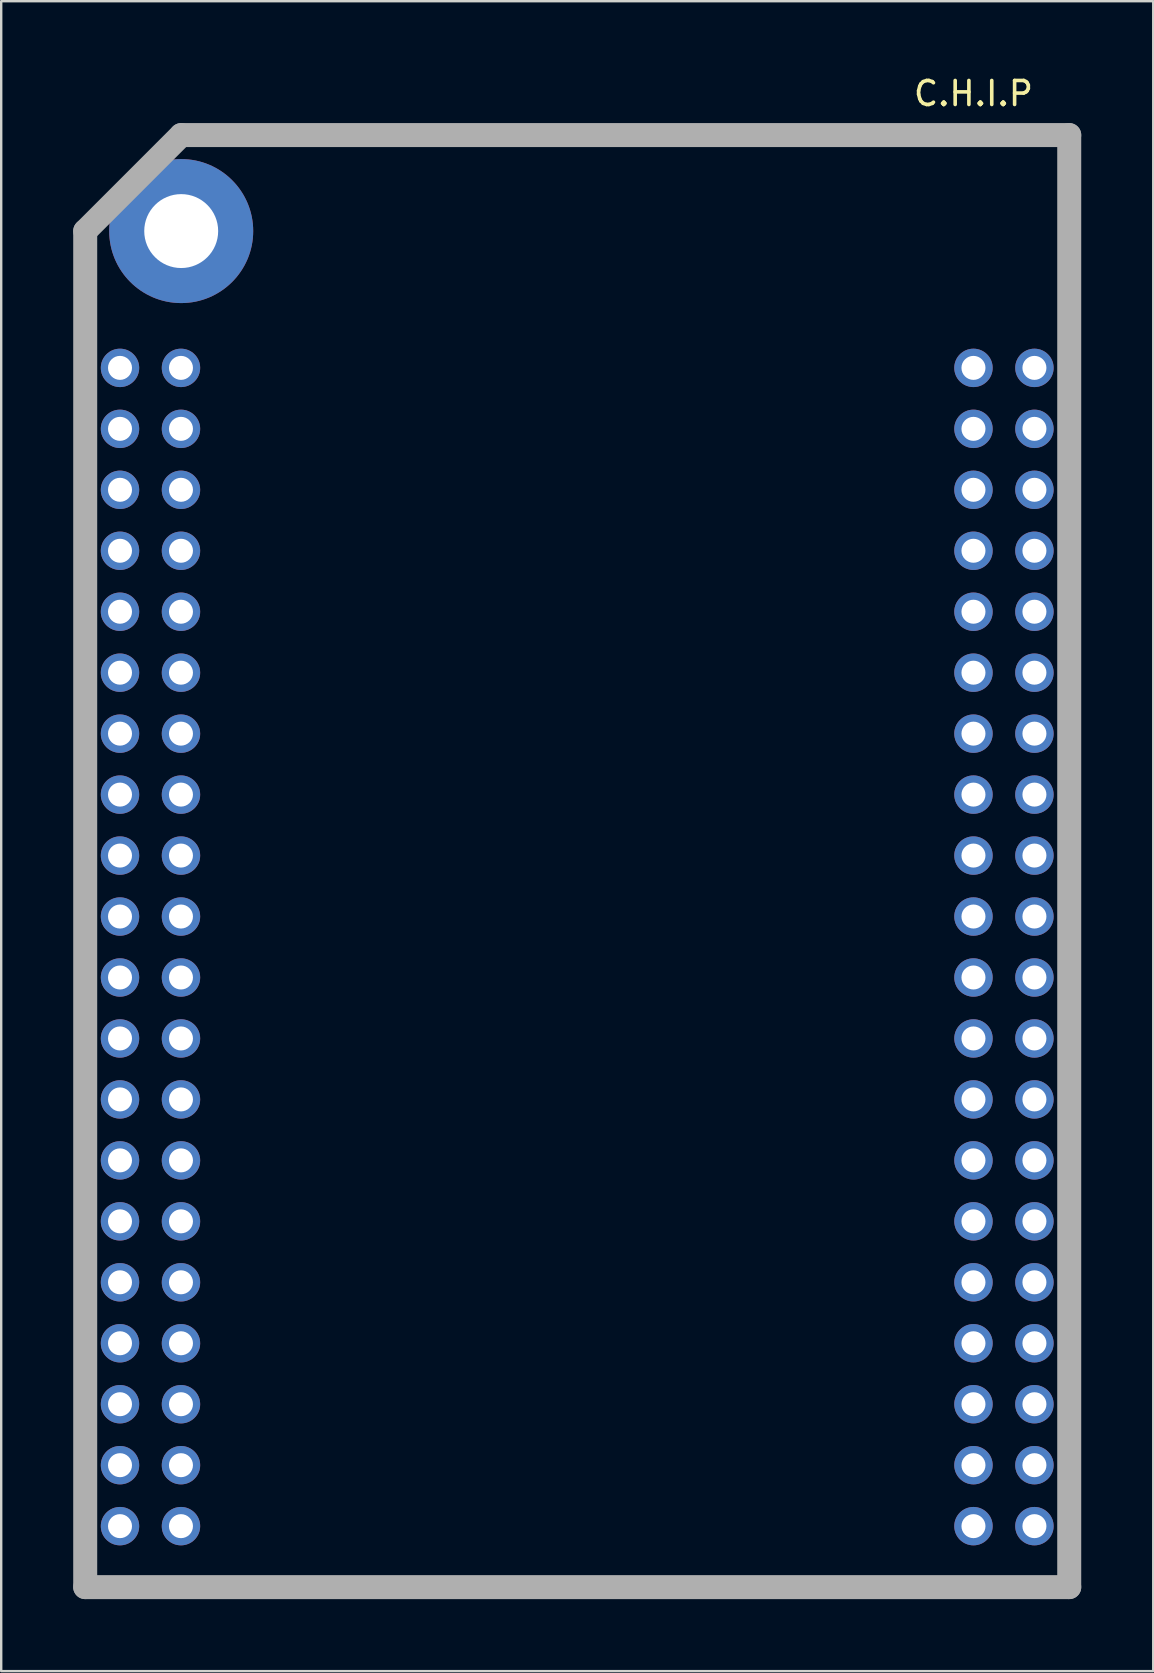
<source format=kicad_pcb>
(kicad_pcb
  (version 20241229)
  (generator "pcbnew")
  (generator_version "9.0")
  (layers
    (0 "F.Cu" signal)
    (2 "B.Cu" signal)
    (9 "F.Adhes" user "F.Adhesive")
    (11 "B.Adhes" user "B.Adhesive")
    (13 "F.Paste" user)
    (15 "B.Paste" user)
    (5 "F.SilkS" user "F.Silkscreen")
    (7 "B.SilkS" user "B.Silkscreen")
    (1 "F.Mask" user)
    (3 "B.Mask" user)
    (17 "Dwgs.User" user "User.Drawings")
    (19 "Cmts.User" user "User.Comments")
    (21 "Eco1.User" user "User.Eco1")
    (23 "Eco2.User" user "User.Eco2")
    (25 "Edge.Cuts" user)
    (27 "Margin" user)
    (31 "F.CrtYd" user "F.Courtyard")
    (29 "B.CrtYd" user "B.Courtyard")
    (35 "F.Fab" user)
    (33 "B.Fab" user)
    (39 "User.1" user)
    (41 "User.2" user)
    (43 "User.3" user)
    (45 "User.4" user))
  (footprint "C.H.I.P"
    (layer "F.Cu")
    (at 21 35.138)
    (property "Reference" "C.H.I.P" (at 16.51 -34.29 0) (layer "F.SilkS") (effects (font (size 1 1) (thickness 0.15))))
    (attr through_hole)
    (fp_line (start -20.5 27.94) (end -20.5 -28.56) (stroke (width 1) (type solid)) (layer "F.Fab"))
    (fp_line (start -16.5 -32.56) (end -20.5 -28.56) (stroke (width 1) (type solid)) (layer "F.Fab"))
    (fp_line (start 20.5 -32.56) (end -16.5 -32.56) (stroke (width 1) (type solid)) (layer "F.Fab"))
    (fp_line (start 20.5 27.94) (end -20.5 27.94) (stroke (width 1) (type solid)) (layer "F.Fab"))
    (fp_line (start 20.5 27.94) (end 20.5 -32.56) (stroke (width 1) (type solid)) (layer "F.Fab"))
    (pad "" np_thru_hole circle (at -16.5 -28.56) (size 6 6) (drill 3.08) (layers "*.Cu" "*.Mask"))
    (pad "1" thru_hole circle (at -19.05 -22.86) (size 1.6 1.6) (drill 1) (layers "*.Cu" "*.Mask"))
    (pad "2" thru_hole circle (at -16.51 -22.86) (size 1.6 1.6) (drill 1) (layers "*.Cu" "*.Mask"))
    (pad "3" thru_hole circle (at -19.05 -20.32) (size 1.6 1.6) (drill 1) (layers "*.Cu" "*.Mask"))
    (pad "4" thru_hole circle (at -16.51 -20.32) (size 1.6 1.6) (drill 1) (layers "*.Cu" "*.Mask"))
    (pad "5" thru_hole circle (at -19.05 -17.78) (size 1.6 1.6) (drill 1) (layers "*.Cu" "*.Mask"))
    (pad "6" thru_hole circle (at -16.51 -17.78) (size 1.6 1.6) (drill 1) (layers "*.Cu" "*.Mask"))
    (pad "7" thru_hole circle (at -19.05 -15.24) (size 1.6 1.6) (drill 1) (layers "*.Cu" "*.Mask"))
    (pad "8" thru_hole circle (at -16.51 -15.24) (size 1.6 1.6) (drill 1) (layers "*.Cu" "*.Mask"))
    (pad "9" thru_hole circle (at -19.05 -12.7) (size 1.6 1.6) (drill 1) (layers "*.Cu" "*.Mask"))
    (pad "10" thru_hole circle (at -16.51 -12.7) (size 1.6 1.6) (drill 1) (layers "*.Cu" "*.Mask"))
    (pad "11" thru_hole circle (at -19.05 -10.16) (size 1.6 1.6) (drill 1) (layers "*.Cu" "*.Mask"))
    (pad "12" thru_hole circle (at -16.51 -10.16) (size 1.6 1.6) (drill 1) (layers "*.Cu" "*.Mask"))
    (pad "13" thru_hole circle (at -19.05 -7.62) (size 1.6 1.6) (drill 1) (layers "*.Cu" "*.Mask"))
    (pad "14" thru_hole circle (at -16.51 -7.62) (size 1.6 1.6) (drill 1) (layers "*.Cu" "*.Mask"))
    (pad "15" thru_hole circle (at -19.05 -5.08) (size 1.6 1.6) (drill 1) (layers "*.Cu" "*.Mask"))
    (pad "16" thru_hole circle (at -16.51 -5.08) (size 1.6 1.6) (drill 1) (layers "*.Cu" "*.Mask"))
    (pad "17" thru_hole circle (at -19.05 -2.54) (size 1.6 1.6) (drill 1) (layers "*.Cu" "*.Mask"))
    (pad "18" thru_hole circle (at -16.51 -2.54) (size 1.6 1.6) (drill 1) (layers "*.Cu" "*.Mask"))
    (pad "19" thru_hole circle (at -19.05 0) (size 1.6 1.6) (drill 1) (layers "*.Cu" "*.Mask"))
    (pad "20" thru_hole circle (at -16.51 0) (size 1.6 1.6) (drill 1) (layers "*.Cu" "*.Mask"))
    (pad "21" thru_hole circle (at -19.05 2.54) (size 1.6 1.6) (drill 1) (layers "*.Cu" "*.Mask"))
    (pad "22" thru_hole circle (at -16.51 2.54) (size 1.6 1.6) (drill 1) (layers "*.Cu" "*.Mask"))
    (pad "23" thru_hole circle (at -19.05 5.08) (size 1.6 1.6) (drill 1) (layers "*.Cu" "*.Mask"))
    (pad "24" thru_hole circle (at -16.51 5.08) (size 1.6 1.6) (drill 1) (layers "*.Cu" "*.Mask"))
    (pad "25" thru_hole circle (at -19.05 7.62) (size 1.6 1.6) (drill 1) (layers "*.Cu" "*.Mask"))
    (pad "26" thru_hole circle (at -16.51 7.62) (size 1.6 1.6) (drill 1) (layers "*.Cu" "*.Mask"))
    (pad "27" thru_hole circle (at -19.05 10.16) (size 1.6 1.6) (drill 1) (layers "*.Cu" "*.Mask"))
    (pad "28" thru_hole circle (at -16.51 10.16) (size 1.6 1.6) (drill 1) (layers "*.Cu" "*.Mask"))
    (pad "29" thru_hole circle (at -19.05 12.7) (size 1.6 1.6) (drill 1) (layers "*.Cu" "*.Mask"))
    (pad "30" thru_hole circle (at -16.51 12.7) (size 1.6 1.6) (drill 1) (layers "*.Cu" "*.Mask"))
    (pad "31" thru_hole circle (at -19.05 15.24) (size 1.6 1.6) (drill 1) (layers "*.Cu" "*.Mask"))
    (pad "32" thru_hole circle (at -16.51 15.24) (size 1.6 1.6) (drill 1) (layers "*.Cu" "*.Mask"))
    (pad "33" thru_hole circle (at -19.05 17.78) (size 1.6 1.6) (drill 1) (layers "*.Cu" "*.Mask"))
    (pad "34" thru_hole circle (at -16.51 17.78) (size 1.6 1.6) (drill 1) (layers "*.Cu" "*.Mask"))
    (pad "35" thru_hole circle (at -19.05 20.32) (size 1.6 1.6) (drill 1) (layers "*.Cu" "*.Mask"))
    (pad "36" thru_hole circle (at -16.51 20.32) (size 1.6 1.6) (drill 1) (layers "*.Cu" "*.Mask"))
    (pad "37" thru_hole circle (at -19.05 22.86) (size 1.6 1.6) (drill 1) (layers "*.Cu" "*.Mask"))
    (pad "38" thru_hole circle (at -16.51 22.86) (size 1.6 1.6) (drill 1) (layers "*.Cu" "*.Mask"))
    (pad "39" thru_hole circle (at -19.05 25.4) (size 1.6 1.6) (drill 1) (layers "*.Cu" "*.Mask"))
    (pad "40" thru_hole circle (at -16.51 25.4) (size 1.6 1.6) (drill 1) (layers "*.Cu" "*.Mask"))
    (pad "41" thru_hole circle (at 16.51 -22.86) (size 1.6 1.6) (drill 1) (layers "*.Cu" "*.Mask"))
    (pad "42" thru_hole circle (at 19.05 -22.86) (size 1.6 1.6) (drill 1) (layers "*.Cu" "*.Mask"))
    (pad "43" thru_hole circle (at 16.51 -20.32) (size 1.6 1.6) (drill 1) (layers "*.Cu" "*.Mask"))
    (pad "44" thru_hole circle (at 19.05 -20.32) (size 1.6 1.6) (drill 1) (layers "*.Cu" "*.Mask"))
    (pad "45" thru_hole circle (at 16.51 -17.78) (size 1.6 1.6) (drill 1) (layers "*.Cu" "*.Mask"))
    (pad "46" thru_hole circle (at 19.05 -17.78) (size 1.6 1.6) (drill 1) (layers "*.Cu" "*.Mask"))
    (pad "47" thru_hole circle (at 16.51 -15.24) (size 1.6 1.6) (drill 1) (layers "*.Cu" "*.Mask"))
    (pad "48" thru_hole circle (at 19.05 -15.24) (size 1.6 1.6) (drill 1) (layers "*.Cu" "*.Mask"))
    (pad "49" thru_hole circle (at 16.51 -12.7) (size 1.6 1.6) (drill 1) (layers "*.Cu" "*.Mask"))
    (pad "50" thru_hole circle (at 19.05 -12.7) (size 1.6 1.6) (drill 1) (layers "*.Cu" "*.Mask"))
    (pad "51" thru_hole circle (at 16.51 -10.16) (size 1.6 1.6) (drill 1) (layers "*.Cu" "*.Mask"))
    (pad "52" thru_hole circle (at 19.05 -10.16) (size 1.6 1.6) (drill 1) (layers "*.Cu" "*.Mask"))
    (pad "53" thru_hole circle (at 16.51 -7.62) (size 1.6 1.6) (drill 1) (layers "*.Cu" "*.Mask"))
    (pad "54" thru_hole circle (at 19.05 -7.62) (size 1.6 1.6) (drill 1) (layers "*.Cu" "*.Mask"))
    (pad "55" thru_hole circle (at 16.51 -5.08) (size 1.6 1.6) (drill 1) (layers "*.Cu" "*.Mask"))
    (pad "56" thru_hole circle (at 19.05 -5.08) (size 1.6 1.6) (drill 1) (layers "*.Cu" "*.Mask"))
    (pad "57" thru_hole circle (at 16.51 -2.54) (size 1.6 1.6) (drill 1) (layers "*.Cu" "*.Mask"))
    (pad "58" thru_hole circle (at 19.05 -2.54) (size 1.6 1.6) (drill 1) (layers "*.Cu" "*.Mask"))
    (pad "59" thru_hole circle (at 16.51 0) (size 1.6 1.6) (drill 1) (layers "*.Cu" "*.Mask"))
    (pad "60" thru_hole circle (at 19.05 0) (size 1.6 1.6) (drill 1) (layers "*.Cu" "*.Mask"))
    (pad "61" thru_hole circle (at 16.51 2.54) (size 1.6 1.6) (drill 1) (layers "*.Cu" "*.Mask"))
    (pad "62" thru_hole circle (at 19.05 2.54) (size 1.6 1.6) (drill 1) (layers "*.Cu" "*.Mask"))
    (pad "63" thru_hole circle (at 16.51 5.08) (size 1.6 1.6) (drill 1) (layers "*.Cu" "*.Mask"))
    (pad "64" thru_hole circle (at 19.05 5.08) (size 1.6 1.6) (drill 1) (layers "*.Cu" "*.Mask"))
    (pad "65" thru_hole circle (at 16.51 7.62) (size 1.6 1.6) (drill 1) (layers "*.Cu" "*.Mask"))
    (pad "66" thru_hole circle (at 19.05 7.62) (size 1.6 1.6) (drill 1) (layers "*.Cu" "*.Mask"))
    (pad "67" thru_hole circle (at 16.51 10.16) (size 1.6 1.6) (drill 1) (layers "*.Cu" "*.Mask"))
    (pad "68" thru_hole circle (at 19.05 10.16) (size 1.6 1.6) (drill 1) (layers "*.Cu" "*.Mask"))
    (pad "69" thru_hole circle (at 16.51 12.7) (size 1.6 1.6) (drill 1) (layers "*.Cu" "*.Mask"))
    (pad "70" thru_hole circle (at 19.05 12.7) (size 1.6 1.6) (drill 1) (layers "*.Cu" "*.Mask"))
    (pad "71" thru_hole circle (at 16.51 15.24) (size 1.6 1.6) (drill 1) (layers "*.Cu" "*.Mask"))
    (pad "72" thru_hole circle (at 19.05 15.24) (size 1.6 1.6) (drill 1) (layers "*.Cu" "*.Mask"))
    (pad "73" thru_hole circle (at 16.51 17.78) (size 1.6 1.6) (drill 1) (layers "*.Cu" "*.Mask"))
    (pad "74" thru_hole circle (at 19.05 17.78) (size 1.6 1.6) (drill 1) (layers "*.Cu" "*.Mask"))
    (pad "75" thru_hole circle (at 16.51 20.32) (size 1.6 1.6) (drill 1) (layers "*.Cu" "*.Mask"))
    (pad "76" thru_hole circle (at 19.05 20.32) (size 1.6 1.6) (drill 1) (layers "*.Cu" "*.Mask"))
    (pad "77" thru_hole circle (at 16.51 22.86) (size 1.6 1.6) (drill 1) (layers "*.Cu" "*.Mask"))
    (pad "78" thru_hole circle (at 19.05 22.86) (size 1.6 1.6) (drill 1) (layers "*.Cu" "*.Mask"))
    (pad "79" thru_hole circle (at 16.51 25.4) (size 1.6 1.6) (drill 1) (layers "*.Cu" "*.Mask"))
    (pad "80" thru_hole circle (at 19.05 25.4) (size 1.6 1.6) (drill 1) (layers "*.Cu" "*.Mask")))
  (gr_rect
    (start -3 -3)
    (end 45 66.578)
    (stroke (width 0.1) (type default))
    (fill no)
    (layer "Edge.Cuts")))
</source>
